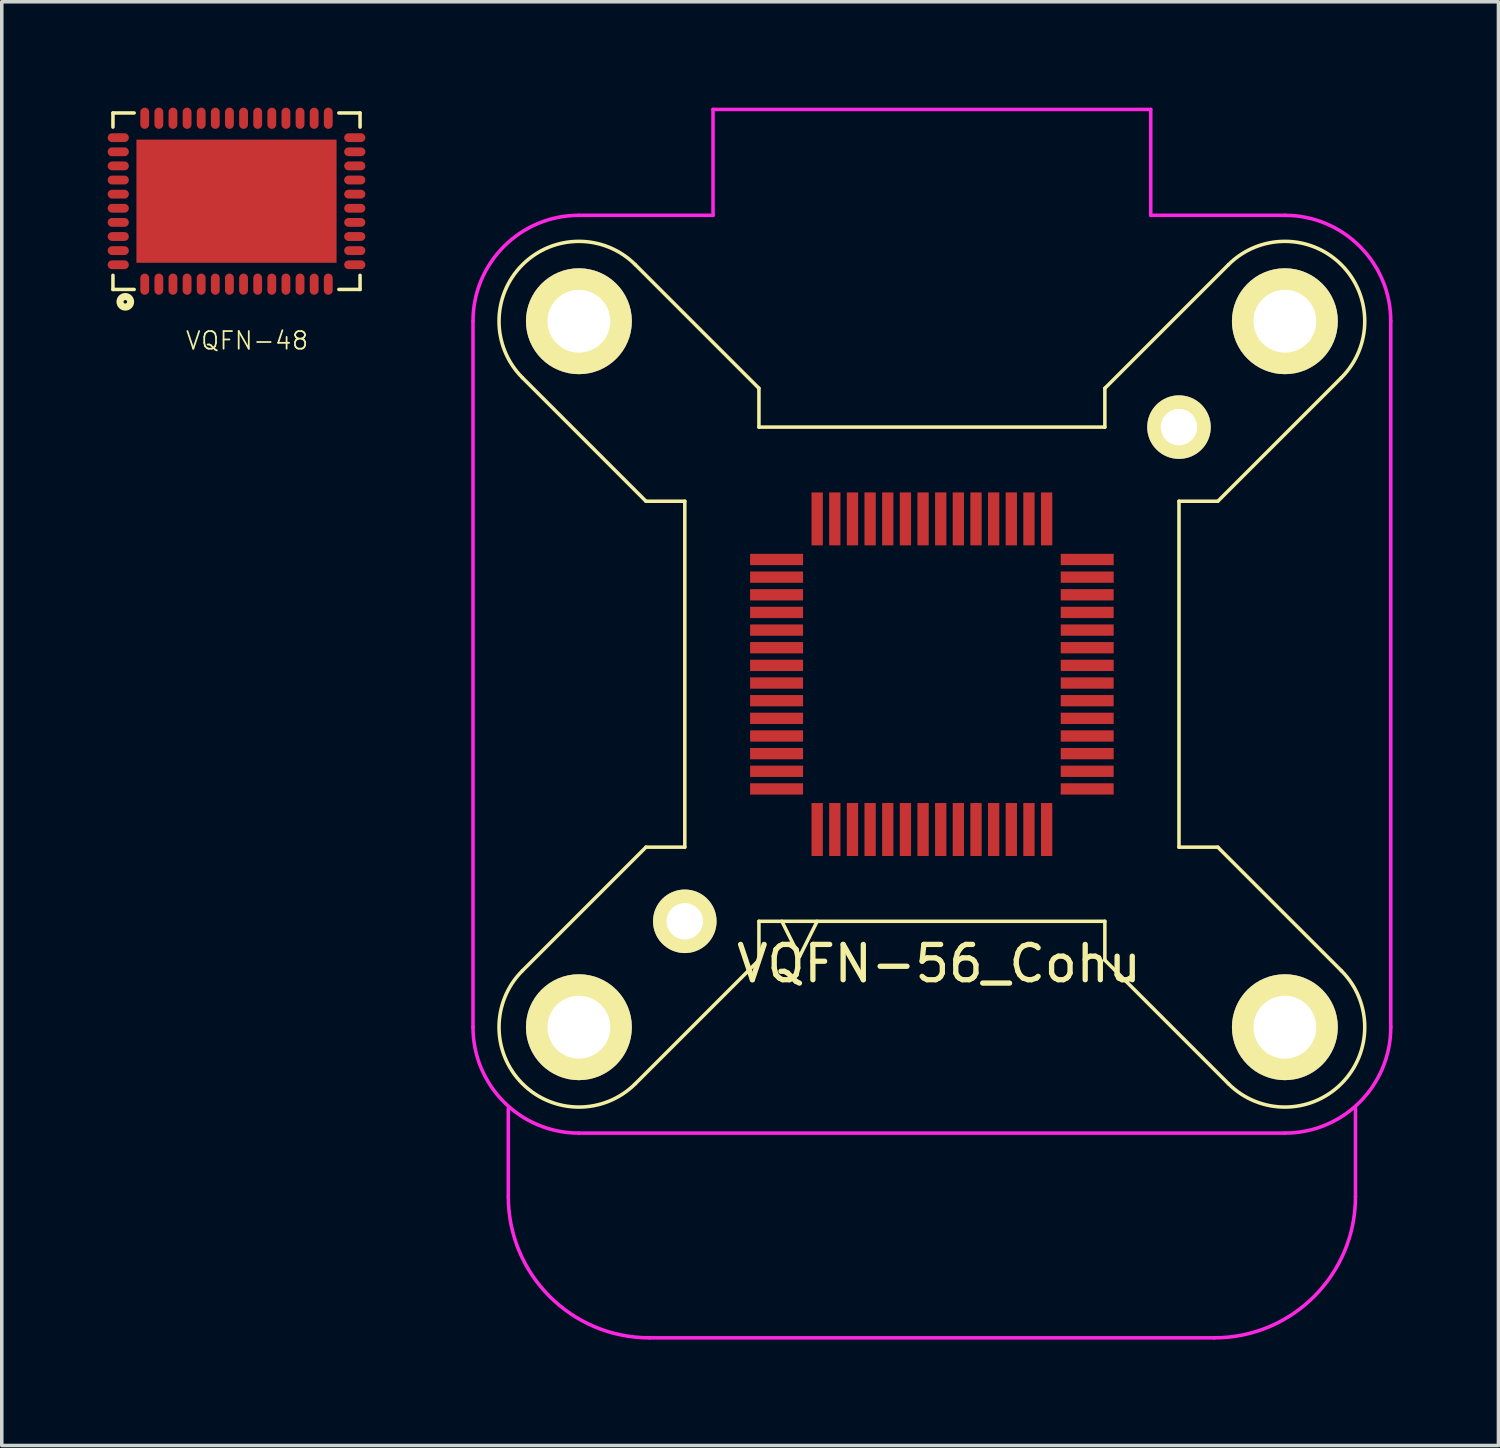
<source format=kicad_pcb>
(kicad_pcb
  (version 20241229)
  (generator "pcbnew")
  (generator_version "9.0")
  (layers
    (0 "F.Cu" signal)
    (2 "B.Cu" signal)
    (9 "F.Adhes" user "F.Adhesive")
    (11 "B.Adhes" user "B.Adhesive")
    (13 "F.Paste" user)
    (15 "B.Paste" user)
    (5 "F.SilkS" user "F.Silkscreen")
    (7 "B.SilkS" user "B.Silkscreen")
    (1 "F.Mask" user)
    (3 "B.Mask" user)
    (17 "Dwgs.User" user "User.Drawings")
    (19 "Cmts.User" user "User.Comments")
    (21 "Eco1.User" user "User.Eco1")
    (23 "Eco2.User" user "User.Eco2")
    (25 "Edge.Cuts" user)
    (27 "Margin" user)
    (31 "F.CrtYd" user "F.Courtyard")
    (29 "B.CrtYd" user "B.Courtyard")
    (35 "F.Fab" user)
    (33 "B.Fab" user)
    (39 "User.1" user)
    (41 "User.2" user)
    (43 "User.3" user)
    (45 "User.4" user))
  (footprint "VQFN-56_Cohu"
    (layer "F.Cu")
    (at 23.35 16.05)
    (property "Reference" "VQFN-56_Cohu" (at 0.2 8.2 0) (layer "F.SilkS") (effects (font (size 1 1) (thickness 0.15))))
    (attr through_hole)
    (fp_line (start -11.6 -8.4) (end -8.1 -4.9) (stroke (width 0.1) (type solid)) (layer "F.SilkS"))
    (fp_line (start -11.6 8.4) (end -8.1 4.9) (stroke (width 0.1) (type solid)) (layer "F.SilkS"))
    (fp_line (start -8.4 -11.6) (end -4.9 -8.1) (stroke (width 0.1) (type solid)) (layer "F.SilkS"))
    (fp_line (start -8.4 11.6) (end -4.9 8.1) (stroke (width 0.1) (type solid)) (layer "F.SilkS"))
    (fp_line (start -8.1 -4.9) (end -7 -4.9) (stroke (width 0.1) (type solid)) (layer "F.SilkS"))
    (fp_line (start -8.1 4.9) (end -7 4.9) (stroke (width 0.1) (type solid)) (layer "F.SilkS"))
    (fp_line (start -7 -4.9) (end -7 4.9) (stroke (width 0.1) (type solid)) (layer "F.SilkS"))
    (fp_line (start -4.9 -8.1) (end -4.9 -7) (stroke (width 0.1) (type solid)) (layer "F.SilkS"))
    (fp_line (start -4.9 -7) (end 4.9 -7) (stroke (width 0.1) (type solid)) (layer "F.SilkS"))
    (fp_line (start -4.9 8.1) (end -4.9 7) (stroke (width 0.1) (type solid)) (layer "F.SilkS"))
    (fp_line (start -4.25 7) (end -3.75 8) (stroke (width 0.1) (type solid)) (layer "F.SilkS"))
    (fp_line (start -3.75 8) (end -3.25 7) (stroke (width 0.1) (type solid)) (layer "F.SilkS"))
    (fp_line (start 4.9 -8.1) (end 4.9 -7) (stroke (width 0.1) (type solid)) (layer "F.SilkS"))
    (fp_line (start 4.9 7) (end -4.9 7) (stroke (width 0.1) (type solid)) (layer "F.SilkS"))
    (fp_line (start 4.9 8.1) (end 4.9 7) (stroke (width 0.1) (type solid)) (layer "F.SilkS"))
    (fp_line (start 7 -4.9) (end 7 4.9) (stroke (width 0.1) (type solid)) (layer "F.SilkS"))
    (fp_line (start 8.1 -4.9) (end 7 -4.9) (stroke (width 0.1) (type solid)) (layer "F.SilkS"))
    (fp_line (start 8.1 4.9) (end 7 4.9) (stroke (width 0.1) (type solid)) (layer "F.SilkS"))
    (fp_line (start 8.4 -11.6) (end 4.9 -8.1) (stroke (width 0.1) (type solid)) (layer "F.SilkS"))
    (fp_line (start 8.4 11.6) (end 4.9 8.1) (stroke (width 0.1) (type solid)) (layer "F.SilkS"))
    (fp_line (start 11.6 -8.4) (end 8.1 -4.9) (stroke (width 0.1) (type solid)) (layer "F.SilkS"))
    (fp_line (start 11.6 8.4) (end 8.1 4.9) (stroke (width 0.1) (type solid)) (layer "F.SilkS"))
    (fp_arc (start -11.6 -8.4) (mid -11.6 -11.6) (end -8.4 -11.6) (stroke (width 0.1) (type solid)) (layer "F.SilkS"))
    (fp_arc (start -8.4 11.6) (mid -11.6 11.6) (end -11.6 8.4) (stroke (width 0.1) (type solid)) (layer "F.SilkS"))
    (fp_arc (start 8.4 -11.6) (mid 11.6 -11.6) (end 11.6 -8.4) (stroke (width 0.1) (type solid)) (layer "F.SilkS"))
    (fp_arc (start 11.6 8.4) (mid 11.6 11.6) (end 8.4 11.6) (stroke (width 0.1) (type solid)) (layer "F.SilkS"))
    (fp_line (start -13 10) (end -13 -10) (stroke (width 0.1) (type solid)) (layer "F.CrtYd"))
    (fp_line (start -12 14.8) (end -12 12.3) (stroke (width 0.1) (type solid)) (layer "F.CrtYd"))
    (fp_line (start -10 -13) (end -6.2 -13) (stroke (width 0.1) (type solid)) (layer "F.CrtYd"))
    (fp_line (start -6.2 -16) (end 6.2 -16) (stroke (width 0.1) (type solid)) (layer "F.CrtYd"))
    (fp_line (start -6.2 -13) (end -6.2 -16) (stroke (width 0.1) (type solid)) (layer "F.CrtYd"))
    (fp_line (start 6.2 -16) (end 6.2 -13) (stroke (width 0.1) (type solid)) (layer "F.CrtYd"))
    (fp_line (start 6.2 -13) (end 10 -13) (stroke (width 0.1) (type solid)) (layer "F.CrtYd"))
    (fp_line (start 8 18.8) (end -8 18.8) (stroke (width 0.1) (type solid)) (layer "F.CrtYd"))
    (fp_line (start 10 13) (end -10 13) (stroke (width 0.1) (type solid)) (layer "F.CrtYd"))
    (fp_line (start 12 14.8) (end 12 12.3) (stroke (width 0.1) (type solid)) (layer "F.CrtYd"))
    (fp_line (start 13 -10) (end 13 10) (stroke (width 0.1) (type solid)) (layer "F.CrtYd"))
    (fp_arc (start -13 -10) (mid -12.12132 -12.12132) (end -10 -13) (stroke (width 0.1) (type solid)) (layer "F.CrtYd"))
    (fp_arc (start -10 13) (mid -12.12132 12.12132) (end -13 10) (stroke (width 0.1) (type solid)) (layer "F.CrtYd"))
    (fp_arc (start -8 18.8) (mid -10.828427 17.628427) (end -12 14.8) (stroke (width 0.1) (type solid)) (layer "F.CrtYd"))
    (fp_arc (start 10 -13) (mid 12.12132 -12.12132) (end 13 -10) (stroke (width 0.1) (type solid)) (layer "F.CrtYd"))
    (fp_arc (start 12 14.8) (mid 10.828427 17.628427) (end 8 18.8) (stroke (width 0.1) (type solid)) (layer "F.CrtYd"))
    (fp_arc (start 13 10) (mid 12.12132 12.12132) (end 10 13) (stroke (width 0.1) (type solid)) (layer "F.CrtYd"))
    (pad "0" thru_hole circle (at -10 -10 180) (size 3 3) (drill 1.78) (layers "*.Cu" "*.Mask" "F.SilkS"))
    (pad "0" thru_hole circle (at -10 10 180) (size 3 3) (drill 1.78) (layers "*.Cu" "*.Mask" "F.SilkS"))
    (pad "0" thru_hole circle (at -7 7 180) (size 1.8 1.8) (drill 1.03) (layers "*.Cu" "*.Mask" "F.SilkS"))
    (pad "0" thru_hole circle (at 7 -7 180) (size 1.8 1.8) (drill 1.03) (layers "*.Cu" "*.Mask" "F.SilkS"))
    (pad "0" thru_hole circle (at 10 -10 180) (size 3 3) (drill 1.78) (layers "*.Cu" "*.Mask" "F.SilkS"))
    (pad "0" thru_hole circle (at 10 10 180) (size 3 3) (drill 1.78) (layers "*.Cu" "*.Mask" "F.SilkS"))
    (pad "1" smd rect (at -3.25 4.4) (size 0.32 1.5) (layers "F.Cu" "F.Mask" "F.Paste"))
    (pad "2" smd rect (at -2.75 4.4) (size 0.32 1.5) (layers "F.Cu" "F.Mask" "F.Paste"))
    (pad "3" smd rect (at -2.25 4.4) (size 0.32 1.5) (layers "F.Cu" "F.Mask" "F.Paste"))
    (pad "4" smd rect (at -1.75 4.4) (size 0.32 1.5) (layers "F.Cu" "F.Mask" "F.Paste"))
    (pad "5" smd rect (at -1.25 4.4) (size 0.32 1.5) (layers "F.Cu" "F.Mask" "F.Paste"))
    (pad "6" smd rect (at -0.75 4.4) (size 0.32 1.5) (layers "F.Cu" "F.Mask" "F.Paste"))
    (pad "7" smd rect (at -0.25 4.4) (size 0.32 1.5) (layers "F.Cu" "F.Mask" "F.Paste"))
    (pad "8" smd rect (at 0.25 4.4) (size 0.32 1.5) (layers "F.Cu" "F.Mask" "F.Paste"))
    (pad "9" smd rect (at 0.75 4.4) (size 0.32 1.5) (layers "F.Cu" "F.Mask" "F.Paste"))
    (pad "10" smd rect (at 1.25 4.4) (size 0.32 1.5) (layers "F.Cu" "F.Mask" "F.Paste"))
    (pad "11" smd rect (at 1.75 4.4) (size 0.32 1.5) (layers "F.Cu" "F.Mask" "F.Paste"))
    (pad "12" smd rect (at 2.25 4.4) (size 0.32 1.5) (layers "F.Cu" "F.Mask" "F.Paste"))
    (pad "13" smd rect (at 2.75 4.4) (size 0.32 1.5) (layers "F.Cu" "F.Mask" "F.Paste"))
    (pad "14" smd rect (at 3.25 4.4) (size 0.32 1.5) (layers "F.Cu" "F.Mask" "F.Paste"))
    (pad "15" smd rect (at 4.4 3.25 90) (size 0.32 1.5) (layers "F.Cu" "F.Mask" "F.Paste"))
    (pad "16" smd rect (at 4.4 2.75 90) (size 0.32 1.5) (layers "F.Cu" "F.Mask" "F.Paste"))
    (pad "17" smd rect (at 4.4 2.25 90) (size 0.32 1.5) (layers "F.Cu" "F.Mask" "F.Paste"))
    (pad "18" smd rect (at 4.4 1.75 90) (size 0.32 1.5) (layers "F.Cu" "F.Mask" "F.Paste"))
    (pad "19" smd rect (at 4.4 1.25 90) (size 0.32 1.5) (layers "F.Cu" "F.Mask" "F.Paste"))
    (pad "20" smd rect (at 4.4 0.75 90) (size 0.32 1.5) (layers "F.Cu" "F.Mask" "F.Paste"))
    (pad "21" smd rect (at 4.4 0.25 90) (size 0.32 1.5) (layers "F.Cu" "F.Mask" "F.Paste"))
    (pad "22" smd rect (at 4.4 -0.25 90) (size 0.32 1.5) (layers "F.Cu" "F.Mask" "F.Paste"))
    (pad "23" smd rect (at 4.4 -0.75 90) (size 0.32 1.5) (layers "F.Cu" "F.Mask" "F.Paste"))
    (pad "24" smd rect (at 4.4 -1.25 90) (size 0.32 1.5) (layers "F.Cu" "F.Mask" "F.Paste"))
    (pad "25" smd rect (at 4.4 -1.75 90) (size 0.32 1.5) (layers "F.Cu" "F.Mask" "F.Paste"))
    (pad "26" smd rect (at 4.4 -2.25 90) (size 0.32 1.5) (layers "F.Cu" "F.Mask" "F.Paste"))
    (pad "27" smd rect (at 4.4 -2.75 90) (size 0.32 1.5) (layers "F.Cu" "F.Mask" "F.Paste"))
    (pad "28" smd rect (at 4.4 -3.25 90) (size 0.32 1.5) (layers "F.Cu" "F.Mask" "F.Paste"))
    (pad "29" smd rect (at 3.25 -4.4 180) (size 0.32 1.5) (layers "F.Cu" "F.Mask" "F.Paste"))
    (pad "30" smd rect (at 2.75 -4.4 180) (size 0.32 1.5) (layers "F.Cu" "F.Mask" "F.Paste"))
    (pad "31" smd rect (at 2.25 -4.4 180) (size 0.32 1.5) (layers "F.Cu" "F.Mask" "F.Paste"))
    (pad "32" smd rect (at 1.75 -4.4 180) (size 0.32 1.5) (layers "F.Cu" "F.Mask" "F.Paste"))
    (pad "33" smd rect (at 1.25 -4.4 180) (size 0.32 1.5) (layers "F.Cu" "F.Mask" "F.Paste"))
    (pad "34" smd rect (at 0.75 -4.4 180) (size 0.32 1.5) (layers "F.Cu" "F.Mask" "F.Paste"))
    (pad "35" smd rect (at 0.25 -4.4 180) (size 0.32 1.5) (layers "F.Cu" "F.Mask" "F.Paste"))
    (pad "36" smd rect (at -0.25 -4.4 180) (size 0.32 1.5) (layers "F.Cu" "F.Mask" "F.Paste"))
    (pad "37" smd rect (at -0.75 -4.4 180) (size 0.32 1.5) (layers "F.Cu" "F.Mask" "F.Paste"))
    (pad "38" smd rect (at -1.25 -4.4 180) (size 0.32 1.5) (layers "F.Cu" "F.Mask" "F.Paste"))
    (pad "39" smd rect (at -1.75 -4.4 180) (size 0.32 1.5) (layers "F.Cu" "F.Mask" "F.Paste"))
    (pad "40" smd rect (at -2.25 -4.4 180) (size 0.32 1.5) (layers "F.Cu" "F.Mask" "F.Paste"))
    (pad "41" smd rect (at -2.75 -4.4 180) (size 0.32 1.5) (layers "F.Cu" "F.Mask" "F.Paste"))
    (pad "42" smd rect (at -3.25 -4.4 180) (size 0.32 1.5) (layers "F.Cu" "F.Mask" "F.Paste"))
    (pad "43" smd rect (at -4.4 -3.25 270) (size 0.32 1.5) (layers "F.Cu" "F.Mask" "F.Paste"))
    (pad "44" smd rect (at -4.4 -2.75 270) (size 0.32 1.5) (layers "F.Cu" "F.Mask" "F.Paste"))
    (pad "45" smd rect (at -4.4 -2.25 270) (size 0.32 1.5) (layers "F.Cu" "F.Mask" "F.Paste"))
    (pad "46" smd rect (at -4.4 -1.75 270) (size 0.32 1.5) (layers "F.Cu" "F.Mask" "F.Paste"))
    (pad "47" smd rect (at -4.4 -1.25 270) (size 0.32 1.5) (layers "F.Cu" "F.Mask" "F.Paste"))
    (pad "48" smd rect (at -4.4 -0.75 270) (size 0.32 1.5) (layers "F.Cu" "F.Mask" "F.Paste"))
    (pad "49" smd rect (at -4.4 -0.25 270) (size 0.32 1.5) (layers "F.Cu" "F.Mask" "F.Paste"))
    (pad "50" smd rect (at -4.4 0.25 270) (size 0.32 1.5) (layers "F.Cu" "F.Mask" "F.Paste"))
    (pad "51" smd rect (at -4.4 0.75 270) (size 0.32 1.5) (layers "F.Cu" "F.Mask" "F.Paste"))
    (pad "52" smd rect (at -4.4 1.25 270) (size 0.32 1.5) (layers "F.Cu" "F.Mask" "F.Paste"))
    (pad "53" smd rect (at -4.4 1.75 270) (size 0.32 1.5) (layers "F.Cu" "F.Mask" "F.Paste"))
    (pad "54" smd rect (at -4.4 2.25 270) (size 0.32 1.5) (layers "F.Cu" "F.Mask" "F.Paste"))
    (pad "55" smd rect (at -4.4 2.75 270) (size 0.32 1.5) (layers "F.Cu" "F.Mask" "F.Paste"))
    (pad "56" smd rect (at -4.4 3.25 270) (size 0.32 1.5) (layers "F.Cu" "F.Mask" "F.Paste")))
  (footprint "VQFN-48"
    (layer "F.Cu")
    (at 3.65 2.65)
    (property "Reference" "VQFN-48" (at 0.3 3.95 0) (layer "F.SilkS") (effects (font (size 0.5 0.5) (thickness 0.05))))
    (attr through_hole)
    (fp_line (start -3.5 -2.5) (end -3.5 -2.1) (stroke (width 0.1) (type solid)) (layer "F.SilkS"))
    (fp_line (start -3.5 2.5) (end -3.5 2.1) (stroke (width 0.1) (type solid)) (layer "F.SilkS"))
    (fp_line (start -3.5 2.5) (end -2.9 2.5) (stroke (width 0.1) (type solid)) (layer "F.SilkS"))
    (fp_line (start -2.9 -2.5) (end -3.5 -2.5) (stroke (width 0.1) (type solid)) (layer "F.SilkS"))
    (fp_line (start 2.9 2.5) (end 3.5 2.5) (stroke (width 0.1) (type solid)) (layer "F.SilkS"))
    (fp_line (start 3.5 -2.5) (end 2.9 -2.5) (stroke (width 0.1) (type solid)) (layer "F.SilkS"))
    (fp_line (start 3.5 -2.1) (end 3.5 -2.5) (stroke (width 0.1) (type solid)) (layer "F.SilkS"))
    (fp_line (start 3.5 2.5) (end 3.5 2.1) (stroke (width 0.1) (type solid)) (layer "F.SilkS"))
    (fp_circle (center -3.15 2.85) (end -3.1 2.85) (stroke (width 0.2) (type solid)) (fill no) (layer "F.SilkS"))
    (fp_line (start -3.5 -2.5) (end 3.5 -2.5) (stroke (width 0.03) (type solid)) (layer "B.Adhes"))
    (fp_line (start -3.5 2.5) (end -3.5 -2.5) (stroke (width 0.03) (type solid)) (layer "B.Adhes"))
    (fp_line (start 3.5 -2.5) (end 3.5 2.5) (stroke (width 0.03) (type solid)) (layer "B.Adhes"))
    (fp_line (start 3.5 2.5) (end -3.5 2.5) (stroke (width 0.03) (type solid)) (layer "B.Adhes"))
    (pad "0" smd rect (at 0 0) (size 5.67 3.49) (layers "F.Cu" "F.Mask" "F.Paste"))
    (pad "1" smd oval (at -2.6 2.35) (size 0.25 0.6) (layers "F.Cu" "F.Mask" "F.Paste"))
    (pad "2" smd oval (at -2.2 2.35) (size 0.25 0.6) (layers "F.Cu" "F.Mask" "F.Paste"))
    (pad "3" smd oval (at -1.8 2.35) (size 0.25 0.6) (layers "F.Cu" "F.Mask" "F.Paste"))
    (pad "4" smd oval (at -1.4 2.35) (size 0.25 0.6) (layers "F.Cu" "F.Mask" "F.Paste"))
    (pad "5" smd oval (at -1 2.35) (size 0.25 0.6) (layers "F.Cu" "F.Mask" "F.Paste"))
    (pad "6" smd oval (at -0.6 2.35) (size 0.25 0.6) (layers "F.Cu" "F.Mask" "F.Paste"))
    (pad "7" smd oval (at -0.2 2.35) (size 0.25 0.6) (layers "F.Cu" "F.Mask" "F.Paste"))
    (pad "8" smd oval (at 0.2 2.35) (size 0.25 0.6) (layers "F.Cu" "F.Mask" "F.Paste"))
    (pad "9" smd oval (at 0.6 2.35) (size 0.25 0.6) (layers "F.Cu" "F.Mask" "F.Paste"))
    (pad "10" smd oval (at 1 2.35) (size 0.25 0.6) (layers "F.Cu" "F.Mask" "F.Paste"))
    (pad "11" smd oval (at 1.4 2.35) (size 0.25 0.6) (layers "F.Cu" "F.Mask" "F.Paste"))
    (pad "12" smd oval (at 1.8 2.35) (size 0.25 0.6) (layers "F.Cu" "F.Mask" "F.Paste"))
    (pad "13" smd oval (at 2.2 2.35) (size 0.25 0.6) (layers "F.Cu" "F.Mask" "F.Paste"))
    (pad "14" smd oval (at 2.6 2.35) (size 0.25 0.6) (layers "F.Cu" "F.Mask" "F.Paste"))
    (pad "15" smd oval (at 3.35 1.8 90) (size 0.25 0.6) (layers "F.Cu" "F.Mask" "F.Paste"))
    (pad "16" smd oval (at 3.35 1.4 90) (size 0.25 0.6) (layers "F.Cu" "F.Mask" "F.Paste"))
    (pad "17" smd oval (at 3.35 1 90) (size 0.25 0.6) (layers "F.Cu" "F.Mask" "F.Paste"))
    (pad "18" smd oval (at 3.35 0.6 90) (size 0.25 0.6) (layers "F.Cu" "F.Mask" "F.Paste"))
    (pad "19" smd oval (at 3.35 0.2 90) (size 0.25 0.6) (layers "F.Cu" "F.Mask" "F.Paste"))
    (pad "20" smd oval (at 3.35 -0.2 90) (size 0.25 0.6) (layers "F.Cu" "F.Mask" "F.Paste"))
    (pad "21" smd oval (at 3.35 -0.6 90) (size 0.25 0.6) (layers "F.Cu" "F.Mask" "F.Paste"))
    (pad "22" smd oval (at 3.35 -1 90) (size 0.25 0.6) (layers "F.Cu" "F.Mask" "F.Paste"))
    (pad "23" smd oval (at 3.35 -1.4 90) (size 0.25 0.6) (layers "F.Cu" "F.Mask" "F.Paste"))
    (pad "24" smd oval (at 3.35 -1.8 90) (size 0.25 0.6) (layers "F.Cu" "F.Mask" "F.Paste"))
    (pad "25" smd oval (at 2.6 -2.35) (size 0.25 0.6) (layers "F.Cu" "F.Mask" "F.Paste"))
    (pad "26" smd oval (at 2.2 -2.35) (size 0.25 0.6) (layers "F.Cu" "F.Mask" "F.Paste"))
    (pad "27" smd oval (at 1.8 -2.35) (size 0.25 0.6) (layers "F.Cu" "F.Mask" "F.Paste"))
    (pad "28" smd oval (at 1.4 -2.35) (size 0.25 0.6) (layers "F.Cu" "F.Mask" "F.Paste"))
    (pad "29" smd oval (at 1 -2.35) (size 0.25 0.6) (layers "F.Cu" "F.Mask" "F.Paste"))
    (pad "30" smd oval (at 0.6 -2.35) (size 0.25 0.6) (layers "F.Cu" "F.Mask" "F.Paste"))
    (pad "31" smd oval (at 0.2 -2.35) (size 0.25 0.6) (layers "F.Cu" "F.Mask" "F.Paste"))
    (pad "32" smd oval (at -0.2 -2.35) (size 0.25 0.6) (layers "F.Cu" "F.Mask" "F.Paste"))
    (pad "33" smd oval (at -0.6 -2.35) (size 0.25 0.6) (layers "F.Cu" "F.Mask" "F.Paste"))
    (pad "34" smd oval (at -1 -2.35) (size 0.25 0.6) (layers "F.Cu" "F.Mask" "F.Paste"))
    (pad "35" smd oval (at -1.4 -2.35) (size 0.25 0.6) (layers "F.Cu" "F.Mask" "F.Paste"))
    (pad "36" smd oval (at -1.8 -2.35) (size 0.25 0.6) (layers "F.Cu" "F.Mask" "F.Paste"))
    (pad "37" smd oval (at -2.2 -2.35) (size 0.25 0.6) (layers "F.Cu" "F.Mask" "F.Paste"))
    (pad "38" smd oval (at -2.6 -2.35) (size 0.25 0.6) (layers "F.Cu" "F.Mask" "F.Paste"))
    (pad "39" smd oval (at -3.35 -1.8 270) (size 0.25 0.6) (layers "F.Cu" "F.Mask" "F.Paste"))
    (pad "40" smd oval (at -3.35 -1.4 270) (size 0.25 0.6) (layers "F.Cu" "F.Mask" "F.Paste"))
    (pad "41" smd oval (at -3.35 -1 270) (size 0.25 0.6) (layers "F.Cu" "F.Mask" "F.Paste"))
    (pad "42" smd oval (at -3.35 -0.6 270) (size 0.25 0.6) (layers "F.Cu" "F.Mask" "F.Paste"))
    (pad "43" smd oval (at -3.35 -0.2 270) (size 0.25 0.6) (layers "F.Cu" "F.Mask" "F.Paste"))
    (pad "44" smd oval (at -3.35 0.2 270) (size 0.25 0.6) (layers "F.Cu" "F.Mask" "F.Paste"))
    (pad "45" smd oval (at -3.35 0.6 270) (size 0.25 0.6) (layers "F.Cu" "F.Mask" "F.Paste"))
    (pad "46" smd oval (at -3.35 1 270) (size 0.25 0.6) (layers "F.Cu" "F.Mask" "F.Paste"))
    (pad "47" smd oval (at -3.35 1.4 270) (size 0.25 0.6) (layers "F.Cu" "F.Mask" "F.Paste"))
    (pad "48" smd oval (at -3.35 1.8 270) (size 0.25 0.6) (layers "F.Cu" "F.Mask" "F.Paste")))
  (gr_rect
    (start -3 -3)
    (end 39.4 37.9)
    (stroke (width 0.1) (type default))
    (fill no)
    (layer "Edge.Cuts")))
</source>
